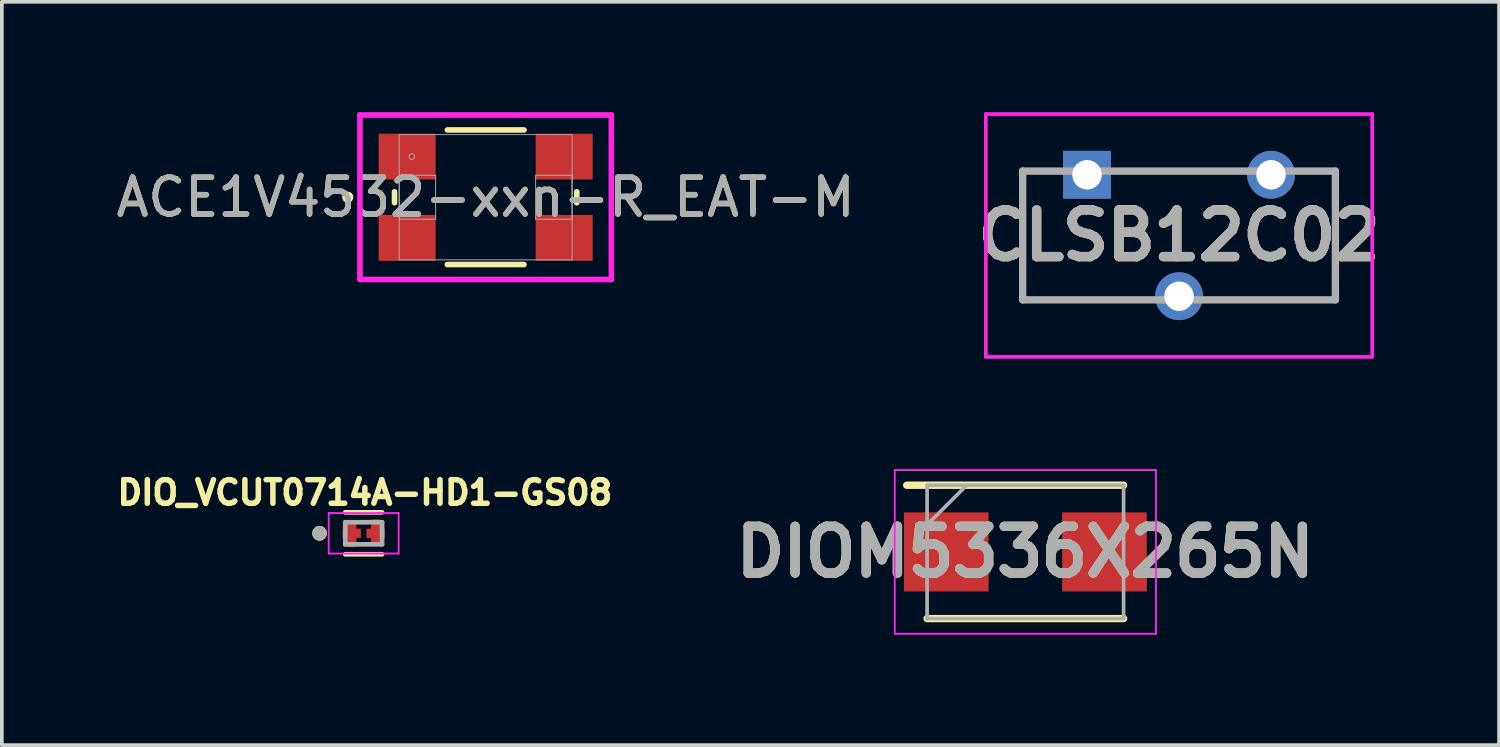
<source format=kicad_pcb>
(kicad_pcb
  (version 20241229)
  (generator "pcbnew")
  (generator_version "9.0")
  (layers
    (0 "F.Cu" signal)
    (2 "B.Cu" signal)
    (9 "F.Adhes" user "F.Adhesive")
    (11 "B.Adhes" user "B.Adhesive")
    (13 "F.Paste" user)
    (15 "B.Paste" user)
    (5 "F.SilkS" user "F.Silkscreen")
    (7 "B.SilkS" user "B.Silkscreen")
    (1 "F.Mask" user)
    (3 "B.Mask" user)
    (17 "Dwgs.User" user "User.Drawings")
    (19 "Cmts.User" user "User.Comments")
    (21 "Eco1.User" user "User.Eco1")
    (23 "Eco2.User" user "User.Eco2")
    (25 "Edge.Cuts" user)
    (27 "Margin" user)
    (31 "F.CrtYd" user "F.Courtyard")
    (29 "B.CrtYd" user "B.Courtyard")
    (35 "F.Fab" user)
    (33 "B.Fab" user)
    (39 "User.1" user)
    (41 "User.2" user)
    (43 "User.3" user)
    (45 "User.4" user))
  (footprint "DIOM5336X265N"
    (layer "F.Cu")
    (at 24.817 11.95)
    (property "Reference" "DIOM5336X265N" (at 0 0 0) (layer "F.SilkS") (effects (font (size 1.27 1.27) (thickness 0.254))))
    (attr smd)
    (fp_line (start -2.67 1.812) (end 2.67 1.812) (stroke (width 0.2) (type solid)) (layer "F.SilkS"))
    (fp_line (start 2.67 -1.812) (end -3.225 -1.812) (stroke (width 0.2) (type solid)) (layer "F.SilkS"))
    (fp_line (start -3.55 -2.225) (end 3.55 -2.225) (stroke (width 0.05) (type solid)) (layer "F.CrtYd"))
    (fp_line (start -3.55 2.225) (end -3.55 -2.225) (stroke (width 0.05) (type solid)) (layer "F.CrtYd"))
    (fp_line (start 3.55 -2.225) (end 3.55 2.225) (stroke (width 0.05) (type solid)) (layer "F.CrtYd"))
    (fp_line (start 3.55 2.225) (end -3.55 2.225) (stroke (width 0.05) (type solid)) (layer "F.CrtYd"))
    (fp_line (start -2.67 -1.812) (end 2.67 -1.812) (stroke (width 0.1) (type solid)) (layer "F.Fab"))
    (fp_line (start -2.67 -0.738) (end -1.595 -1.812) (stroke (width 0.1) (type solid)) (layer "F.Fab"))
    (fp_line (start -2.67 1.812) (end -2.67 -1.812) (stroke (width 0.1) (type solid)) (layer "F.Fab"))
    (fp_line (start 2.67 -1.812) (end 2.67 1.812) (stroke (width 0.1) (type solid)) (layer "F.Fab"))
    (fp_line (start 2.67 1.812) (end -2.67 1.812) (stroke (width 0.1) (type solid)) (layer "F.Fab"))
    (fp_text user "${REFERENCE}" (at 0 0 0) (layer "F.Fab") (effects (font (size 1.27 1.27) (thickness 0.254))))
    (pad "1" smd rect (at -2.15 0 90) (size 2.15 2.3) (layers "F.Cu" "F.Mask" "F.Paste"))
    (pad "2" smd rect (at 2.15 0 90) (size 2.15 2.3) (layers "F.Cu" "F.Mask" "F.Paste")))
  (footprint "ACE1V4532-xxn-R_EAT-M"
    (layer "F.Cu")
    (at 10.149 2.311)
    (property "Reference" "ACE1V4532-xxn-R_EAT-M" (at 0 0 0) (unlocked yes) (layer "F.SilkS") (effects (font (size 1 1) (thickness 0.15))))
    (attr smd)
    (fp_line (start -2.477 -0.15) (end -2.477 0.15) (stroke (width 0.152) (type solid)) (layer "F.SilkS"))
    (fp_line (start -1.042 1.829) (end 1.042 1.829) (stroke (width 0.152) (type solid)) (layer "F.SilkS"))
    (fp_line (start 1.042 -1.829) (end -1.042 -1.829) (stroke (width 0.152) (type solid)) (layer "F.SilkS"))
    (fp_line (start 2.477 0.15) (end 2.477 -0.15) (stroke (width 0.152) (type solid)) (layer "F.SilkS"))
    (fp_circle (center -3.747 0) (end -3.67 0) (stroke (width 0.152) (type solid)) (fill no) (layer "F.SilkS"))
    (fp_line (start -3.416 -2.235) (end 3.416 -2.235) (stroke (width 0.152) (type solid)) (layer "F.CrtYd"))
    (fp_line (start -3.416 2.235) (end -3.416 -2.235) (stroke (width 0.152) (type solid)) (layer "F.CrtYd"))
    (fp_line (start 3.416 -2.235) (end 3.416 2.235) (stroke (width 0.152) (type solid)) (layer "F.CrtYd"))
    (fp_line (start 3.416 2.235) (end -3.416 2.235) (stroke (width 0.152) (type solid)) (layer "F.CrtYd"))
    (fp_line (start -2.349 -1.702) (end -2.349 1.702) (stroke (width 0.025) (type solid)) (layer "F.Fab"))
    (fp_line (start -2.349 -0.597) (end -2.349 0.597) (stroke (width 0.025) (type solid)) (layer "F.Fab"))
    (fp_line (start -2.349 0.597) (end -1.359 0.597) (stroke (width 0.025) (type solid)) (layer "F.Fab"))
    (fp_line (start -2.349 1.702) (end 2.349 1.702) (stroke (width 0.025) (type solid)) (layer "F.Fab"))
    (fp_line (start -1.359 -0.597) (end -2.349 -0.597) (stroke (width 0.025) (type solid)) (layer "F.Fab"))
    (fp_line (start -1.359 0.597) (end -1.359 -0.597) (stroke (width 0.025) (type solid)) (layer "F.Fab"))
    (fp_line (start 1.359 -0.597) (end 1.359 0.597) (stroke (width 0.025) (type solid)) (layer "F.Fab"))
    (fp_line (start 1.359 0.597) (end 2.349 0.597) (stroke (width 0.025) (type solid)) (layer "F.Fab"))
    (fp_line (start 2.349 -1.702) (end -2.349 -1.702) (stroke (width 0.025) (type solid)) (layer "F.Fab"))
    (fp_line (start 2.349 -0.597) (end 1.359 -0.597) (stroke (width 0.025) (type solid)) (layer "F.Fab"))
    (fp_line (start 2.349 0.597) (end 2.349 -0.597) (stroke (width 0.025) (type solid)) (layer "F.Fab"))
    (fp_line (start 2.349 1.702) (end 2.349 -1.702) (stroke (width 0.025) (type solid)) (layer "F.Fab"))
    (fp_circle (center -2.007 -1.105) (end -1.93 -1.105) (stroke (width 0.025) (type solid)) (fill no) (layer "F.Fab"))
    (fp_text user "${REFERENCE}" (at 0 0 0) (unlocked yes) (layer "F.Fab") (effects (font (size 1 1) (thickness 0.15))))
    (pad "1" smd rect (at -2.134 -1.105) (size 1.549 1.245) (layers "F.Cu" "F.Mask" "F.Paste"))
    (pad "2" smd rect (at -2.134 1.105) (size 1.549 1.245) (layers "F.Cu" "F.Mask" "F.Paste"))
    (pad "3" smd rect (at 2.134 1.105) (size 1.549 1.245) (layers "F.Cu" "F.Mask" "F.Paste"))
    (pad "4" smd rect (at 2.134 -1.105) (size 1.549 1.245) (layers "F.Cu" "F.Mask" "F.Paste"))
    (zone (net_name "") (layer "F.Cu") (hatch full 0.508) (connect_pads) (min_thickness 0.254) (filled_areas_thickness no) (keepout (tracks not_allowed) (vias not_allowed) (pads allowed) (copperpour not_allowed) (footprints allowed)) (placement (enabled no)) (fill) (polygon (pts (xy 8.841 0.66) (xy 11.457 0.66) (xy 11.457 3.962) (xy 8.841 3.962)))))
  (footprint "CLSB12C02"
    (layer "F.Cu")
    (at 26.494 1.7)
    (property "Reference" "CLSB12C02" (at 2.5 1.65 0) (layer "F.SilkS") (effects (font (size 1.27 1.27) (thickness 0.254))))
    (attr through_hole)
    (fp_line (start -1.75 -0.1) (end -1.75 3.4) (stroke (width 0.1) (type solid)) (layer "F.SilkS"))
    (fp_line (start -1.75 3.4) (end 1 3.4) (stroke (width 0.1) (type solid)) (layer "F.SilkS"))
    (fp_line (start -1.5 -0.1) (end -1.75 -0.1) (stroke (width 0.1) (type solid)) (layer "F.SilkS"))
    (fp_line (start 1.5 -0.1) (end 3.5 -0.1) (stroke (width 0.1) (type solid)) (layer "F.SilkS"))
    (fp_line (start 4 3.4) (end 6.75 3.4) (stroke (width 0.1) (type solid)) (layer "F.SilkS"))
    (fp_line (start 6.75 -0.1) (end 6.5 -0.1) (stroke (width 0.1) (type solid)) (layer "F.SilkS"))
    (fp_line (start 6.75 3.4) (end 6.75 -0.1) (stroke (width 0.1) (type solid)) (layer "F.SilkS"))
    (fp_line (start -2.75 -1.65) (end 7.75 -1.65) (stroke (width 0.1) (type solid)) (layer "F.CrtYd"))
    (fp_line (start -2.75 4.95) (end -2.75 -1.65) (stroke (width 0.1) (type solid)) (layer "F.CrtYd"))
    (fp_line (start 7.75 -1.65) (end 7.75 4.95) (stroke (width 0.1) (type solid)) (layer "F.CrtYd"))
    (fp_line (start 7.75 4.95) (end -2.75 4.95) (stroke (width 0.1) (type solid)) (layer "F.CrtYd"))
    (fp_line (start -1.75 -0.1) (end 6.75 -0.1) (stroke (width 0.2) (type solid)) (layer "F.Fab"))
    (fp_line (start -1.75 3.4) (end -1.75 -0.1) (stroke (width 0.2) (type solid)) (layer "F.Fab"))
    (fp_line (start 6.75 -0.1) (end 6.75 3.4) (stroke (width 0.2) (type solid)) (layer "F.Fab"))
    (fp_line (start 6.75 3.4) (end -1.75 3.4) (stroke (width 0.2) (type solid)) (layer "F.Fab"))
    (fp_text user "${REFERENCE}" (at 2.5 1.65 0) (layer "F.Fab") (effects (font (size 1.27 1.27) (thickness 0.254))))
    (pad "1" thru_hole rect (at 0 0) (size 1.3 1.3) (drill 0.8) (layers "*.Cu" "*.Mask"))
    (pad "2" thru_hole circle (at 2.5 3.3) (size 1.3 1.3) (drill 0.8) (layers "*.Cu" "*.Mask"))
    (pad "3" thru_hole circle (at 5 0) (size 1.3 1.3) (drill 0.8) (layers "*.Cu" "*.Mask")))
  (footprint "DIO_VCUT0714A-HD1-GS08"
    (layer "F.Cu")
    (at 6.834 11.444)
    (property "Reference" "DIO_VCUT0714A-HD1-GS08" (at 0.032 -1.106 0) (layer "F.SilkS") (effects (font (size 0.64 0.64) (thickness 0.15))))
    (attr smd)
    (fp_poly (pts (xy -0.5 -0.15) (xy -0.5 -0.3) (xy -0.15 -0.3) (xy -0.15 0.3) (xy -0.5 0.3) (xy -0.5 0.15) (xy -0.75 0.15) (xy -0.75 -0.15)) (stroke (width 0.001) (type solid)) (fill yes) (layer "F.Mask"))
    (fp_poly (pts (xy 0.5 -0.15) (xy 0.5 -0.3) (xy 0.15 -0.3) (xy 0.15 0.3) (xy 0.5 0.3) (xy 0.5 0.15) (xy 0.75 0.15) (xy 0.75 -0.15)) (stroke (width 0.001) (type solid)) (fill yes) (layer "F.Mask"))
    (fp_line (start -0.5 -0.57) (end 0.5 -0.57) (stroke (width 0.127) (type solid)) (layer "F.SilkS"))
    (fp_line (start -0.5 0.57) (end 0.5 0.57) (stroke (width 0.127) (type solid)) (layer "F.SilkS"))
    (fp_circle (center -1.2 0) (end -1.1 0) (stroke (width 0.2) (type solid)) (fill no) (layer "F.SilkS"))
    (fp_line (start -0.95 -0.55) (end 0.95 -0.55) (stroke (width 0.05) (type solid)) (layer "F.CrtYd"))
    (fp_line (start -0.95 0.55) (end -0.95 -0.55) (stroke (width 0.05) (type solid)) (layer "F.CrtYd"))
    (fp_line (start 0.95 -0.55) (end 0.95 0.55) (stroke (width 0.05) (type solid)) (layer "F.CrtYd"))
    (fp_line (start 0.95 0.55) (end -0.95 0.55) (stroke (width 0.05) (type solid)) (layer "F.CrtYd"))
    (fp_line (start -0.5 -0.3) (end 0.5 -0.3) (stroke (width 0.127) (type solid)) (layer "F.Fab"))
    (fp_line (start -0.5 0.3) (end -0.5 -0.3) (stroke (width 0.127) (type solid)) (layer "F.Fab"))
    (fp_line (start 0.5 -0.3) (end 0.5 0.3) (stroke (width 0.127) (type solid)) (layer "F.Fab"))
    (fp_line (start 0.5 0.3) (end -0.5 0.3) (stroke (width 0.127) (type solid)) (layer "F.Fab"))
    (fp_circle (center -1.2 0) (end -1.1 0) (stroke (width 0.2) (type solid)) (fill no) (layer "F.Fab"))
    (pad "1" smd custom (at -0.325 0 90) (size 0.5 0.25) (layers "F.Cu" "F.Paste") (options (anchor rect)) (primitives (gr_poly (pts (xy -0.125 -0.1) (xy -0.125 -0.25) (xy 0.125 -0.25) (xy 0.125 0.25) (xy -0.125 0.25) (xy -0.125 0.1) (xy -0.375 0.1) (xy -0.375 -0.1)) (width 0.001) (fill yes))))
    (pad "2" smd custom (at 0.325 0 90) (size 0.5 0.25) (layers "F.Cu" "F.Paste") (options (anchor rect)) (primitives (gr_poly (pts (xy 0.125 -0.1) (xy 0.125 -0.25) (xy -0.125 -0.25) (xy -0.125 0.25) (xy 0.125 0.25) (xy 0.125 0.1) (xy 0.375 0.1) (xy 0.375 -0.1)) (width 0.001) (fill yes)))))
  (gr_rect
    (start -3 -3)
    (end 37.691 17.2)
    (stroke (width 0.1) (type default))
    (fill no)
    (layer "Edge.Cuts")))
</source>
